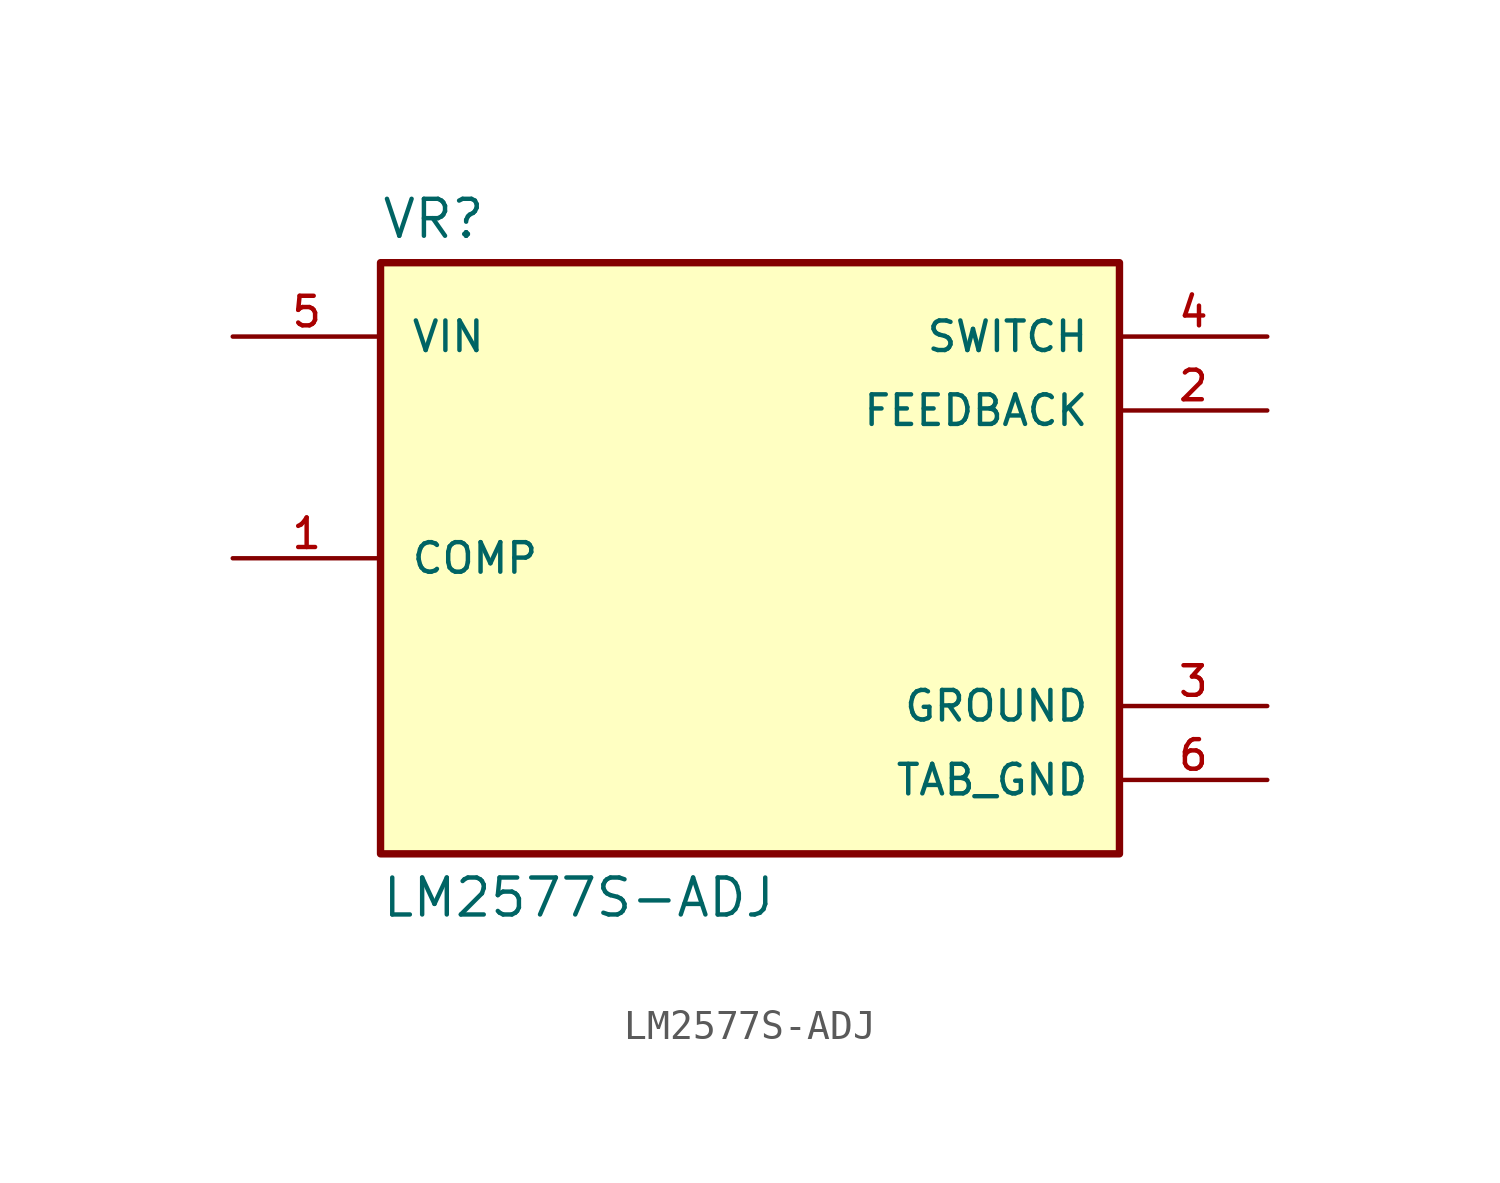
<source format=kicad_sym>
(kicad_symbol_lib
  (version 20211014)
  (generator kicad_symbol_editor)
  (symbol "LM2577S-ADJ"
    (pin_names
      (offset 1.016))
    (property "Reference" "VR"
      (at -12.7 10.922 0)
      (effects (font (size 1.27 1.27)) (justify bottom left)))
    (property "Value" "LM2577S-ADJ"
      (at -12.7 -10.922 0)
      (effects (font (size 1.27 1.27)) (justify top left)))
    (symbol "LM2577S-ADJ_0_0"
      (rectangle (start -12.7 -10.16) (end 12.7 10.16) (stroke (width 0.254)) (fill (type background)))
      (pin input line (at -17.78 7.62 0) (length 5.08) (name "VIN" (effects (font (size 1.016 1.016)))) (number "5" (effects (font (size 1.016 1.016)))))
      (pin output line (at 17.78 7.62 180.0) (length 5.08) (name "SWITCH" (effects (font (size 1.016 1.016)))) (number "4" (effects (font (size 1.016 1.016)))))
      (pin power_in line (at 17.78 -5.08 180.0) (length 5.08) (name "GROUND" (effects (font (size 1.016 1.016)))) (number "3" (effects (font (size 1.016 1.016)))))
      (pin input line (at 17.78 5.08 180.0) (length 5.08) (name "FEEDBACK" (effects (font (size 1.016 1.016)))) (number "2" (effects (font (size 1.016 1.016)))))
      (pin passive line (at -17.78 0.0 0) (length 5.08) (name "COMP" (effects (font (size 1.016 1.016)))) (number "1" (effects (font (size 1.016 1.016)))))
      (pin power_in line (at 17.78 -7.62 180.0) (length 5.08) (name "TAB_GND" (effects (font (size 1.016 1.016)))) (number "6" (effects (font (size 1.016 1.016))))))))
</source>
